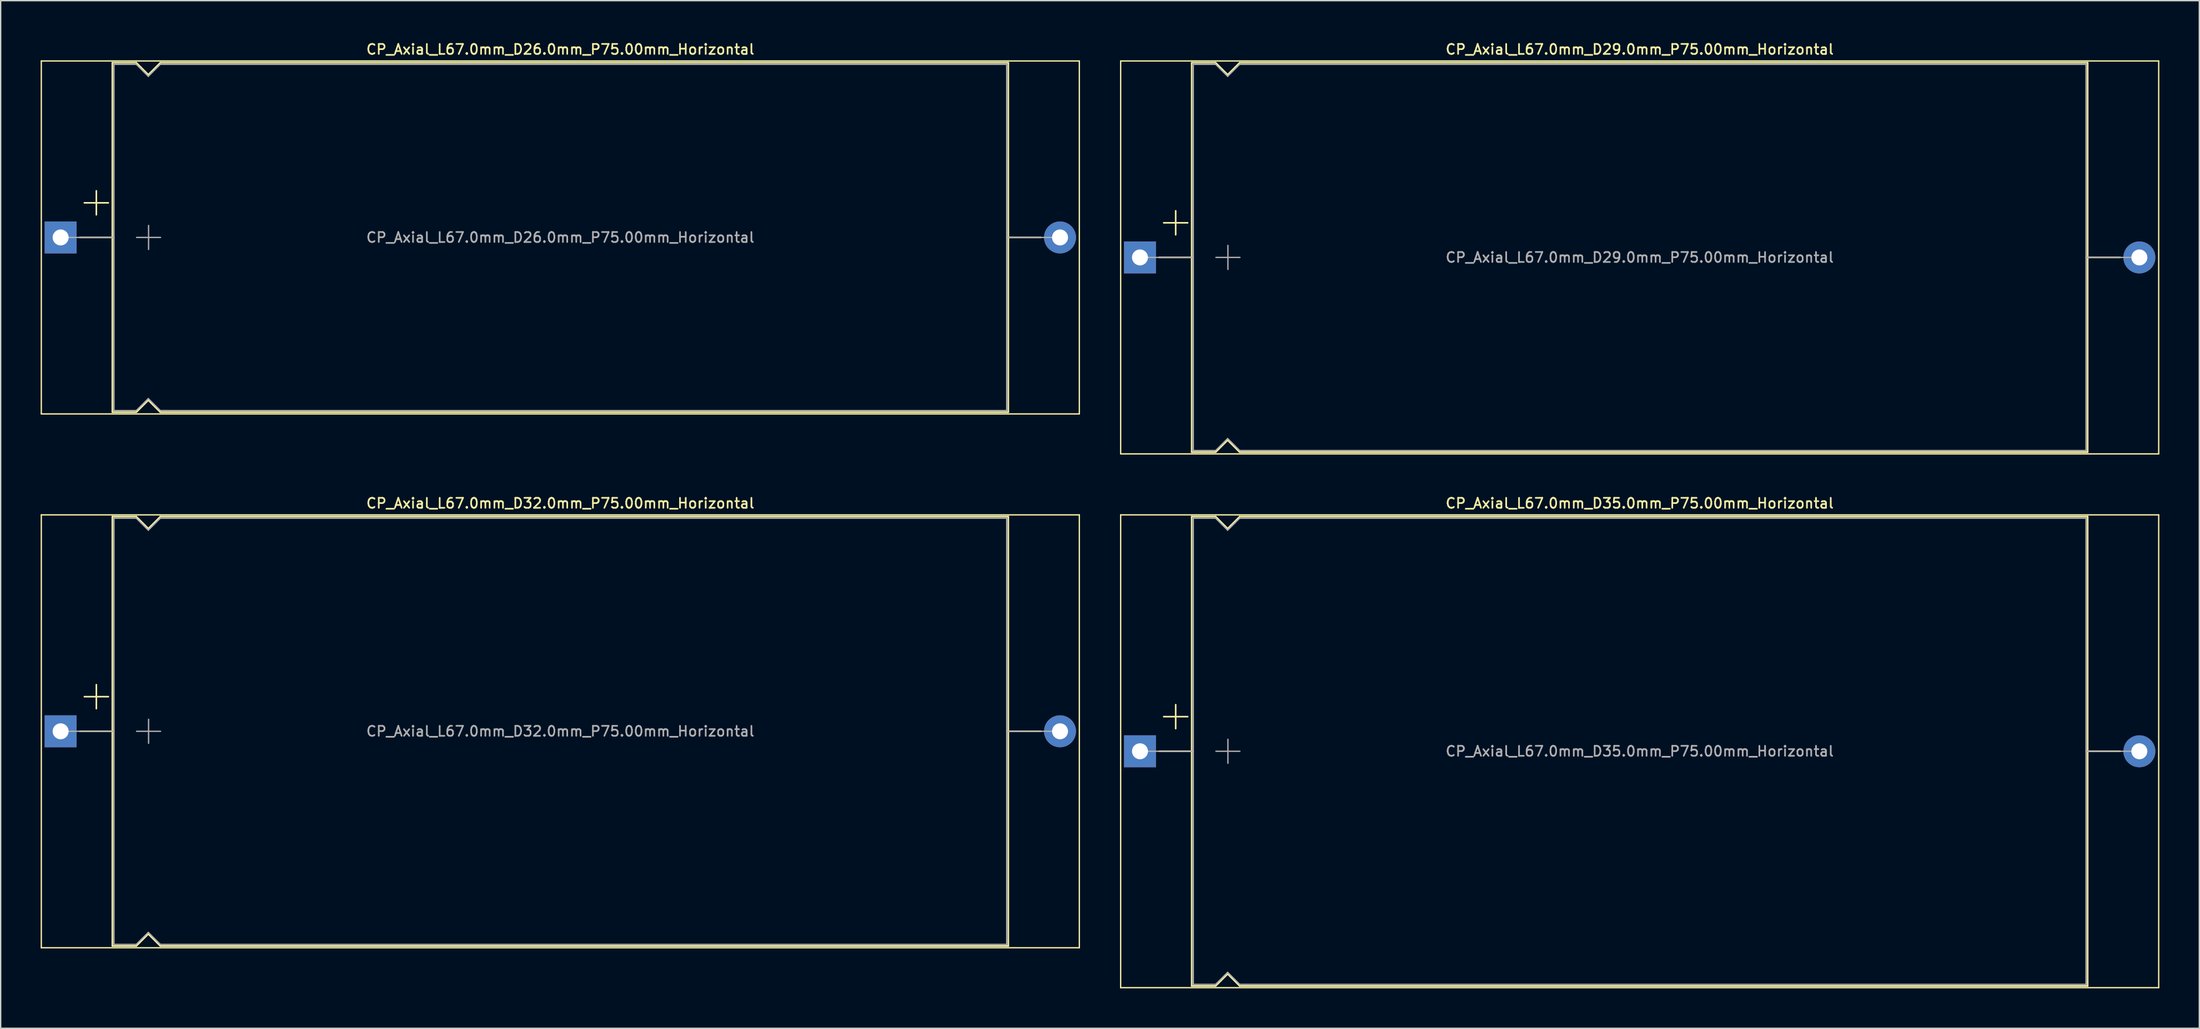
<source format=kicad_pcb>
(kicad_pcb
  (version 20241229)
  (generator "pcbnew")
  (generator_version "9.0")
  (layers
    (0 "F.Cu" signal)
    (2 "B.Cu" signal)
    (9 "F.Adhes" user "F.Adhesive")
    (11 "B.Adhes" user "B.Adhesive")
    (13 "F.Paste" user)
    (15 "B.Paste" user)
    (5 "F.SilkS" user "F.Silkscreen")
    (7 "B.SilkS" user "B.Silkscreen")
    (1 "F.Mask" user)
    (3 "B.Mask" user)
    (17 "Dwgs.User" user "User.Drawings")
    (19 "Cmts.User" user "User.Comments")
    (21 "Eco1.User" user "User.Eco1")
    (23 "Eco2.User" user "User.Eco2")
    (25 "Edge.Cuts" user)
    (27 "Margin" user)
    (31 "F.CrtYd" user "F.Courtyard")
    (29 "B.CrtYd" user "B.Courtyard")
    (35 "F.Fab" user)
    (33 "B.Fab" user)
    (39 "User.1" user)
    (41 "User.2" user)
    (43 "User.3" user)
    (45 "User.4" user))
  (footprint "CP_Axial_L67.0mm_D32.0mm_P75.00mm_Horizontal"
    (layer "F.Cu")
    (at 1.5 51.856)
    (property "Reference" "CP_Axial_L67.0mm_D32.0mm_P75.00mm_Horizontal" (at 37.5 -17.12 0) (layer "F.SilkS") (effects (font (size 0.75 0.75) (thickness 0.125))))
    (attr through_hole)
    (fp_line (start -1.45 -16.25) (end -1.45 16.25) (stroke (width 0.1) (type solid)) (layer "F.SilkS"))
    (fp_line (start -1.45 16.25) (end 76.45 16.25) (stroke (width 0.1) (type solid)) (layer "F.SilkS"))
    (fp_line (start 1.44 0) (end 3.88 0) (stroke (width 0.12) (type solid)) (layer "F.SilkS"))
    (fp_line (start 1.78 -2.6) (end 3.58 -2.6) (stroke (width 0.12) (type solid)) (layer "F.SilkS"))
    (fp_line (start 2.68 -3.5) (end 2.68 -1.7) (stroke (width 0.12) (type solid)) (layer "F.SilkS"))
    (fp_line (start 3.88 -16.12) (end 3.88 16.12) (stroke (width 0.12) (type solid)) (layer "F.SilkS"))
    (fp_line (start 3.88 -16.12) (end 5.68 -16.12) (stroke (width 0.12) (type solid)) (layer "F.SilkS"))
    (fp_line (start 3.88 16.12) (end 5.68 16.12) (stroke (width 0.12) (type solid)) (layer "F.SilkS"))
    (fp_line (start 5.68 -16.12) (end 6.58 -15.22) (stroke (width 0.12) (type solid)) (layer "F.SilkS"))
    (fp_line (start 5.68 16.12) (end 6.58 15.22) (stroke (width 0.12) (type solid)) (layer "F.SilkS"))
    (fp_line (start 6.58 -15.22) (end 7.48 -16.12) (stroke (width 0.12) (type solid)) (layer "F.SilkS"))
    (fp_line (start 6.58 15.22) (end 7.48 16.12) (stroke (width 0.12) (type solid)) (layer "F.SilkS"))
    (fp_line (start 7.48 -16.12) (end 71.12 -16.12) (stroke (width 0.12) (type solid)) (layer "F.SilkS"))
    (fp_line (start 7.48 16.12) (end 71.12 16.12) (stroke (width 0.12) (type solid)) (layer "F.SilkS"))
    (fp_line (start 71.12 -16.12) (end 71.12 16.12) (stroke (width 0.12) (type solid)) (layer "F.SilkS"))
    (fp_line (start 73.56 0) (end 71.12 0) (stroke (width 0.12) (type solid)) (layer "F.SilkS"))
    (fp_line (start 76.45 -16.25) (end -1.45 -16.25) (stroke (width 0.1) (type solid)) (layer "F.SilkS"))
    (fp_line (start 76.45 16.25) (end 76.45 -16.25) (stroke (width 0.1) (type solid)) (layer "F.SilkS"))
    (fp_line (start 0 0) (end 4 0) (stroke (width 0.1) (type solid)) (layer "F.Fab"))
    (fp_line (start 4 -16) (end 4 16) (stroke (width 0.1) (type solid)) (layer "F.Fab"))
    (fp_line (start 4 -16) (end 5.68 -16) (stroke (width 0.1) (type solid)) (layer "F.Fab"))
    (fp_line (start 4 16) (end 5.68 16) (stroke (width 0.1) (type solid)) (layer "F.Fab"))
    (fp_line (start 5.68 -16) (end 6.58 -15.1) (stroke (width 0.1) (type solid)) (layer "F.Fab"))
    (fp_line (start 5.68 16) (end 6.58 15.1) (stroke (width 0.1) (type solid)) (layer "F.Fab"))
    (fp_line (start 5.7 0) (end 7.5 0) (stroke (width 0.1) (type solid)) (layer "F.Fab"))
    (fp_line (start 6.58 -15.1) (end 7.48 -16) (stroke (width 0.1) (type solid)) (layer "F.Fab"))
    (fp_line (start 6.58 15.1) (end 7.48 16) (stroke (width 0.1) (type solid)) (layer "F.Fab"))
    (fp_line (start 6.6 -0.9) (end 6.6 0.9) (stroke (width 0.1) (type solid)) (layer "F.Fab"))
    (fp_line (start 7.48 -16) (end 71 -16) (stroke (width 0.1) (type solid)) (layer "F.Fab"))
    (fp_line (start 7.48 16) (end 71 16) (stroke (width 0.1) (type solid)) (layer "F.Fab"))
    (fp_line (start 71 -16) (end 71 16) (stroke (width 0.1) (type solid)) (layer "F.Fab"))
    (fp_line (start 75 0) (end 71 0) (stroke (width 0.1) (type solid)) (layer "F.Fab"))
    (fp_text user "${REFERENCE}" (at 37.5 0 0) (layer "F.Fab") (effects (font (size 0.75 0.75) (thickness 0.125))))
    (pad "1" thru_hole rect (at 0 0) (size 2.4 2.4) (drill 1.2) (layers "*.Cu" "*.Mask"))
    (pad "2" thru_hole oval (at 75 0) (size 2.4 2.4) (drill 1.2) (layers "*.Cu" "*.Mask")))
  (footprint "CP_Axial_L67.0mm_D26.0mm_P75.00mm_Horizontal"
    (layer "F.Cu")
    (at 1.5 14.778)
    (property "Reference" "CP_Axial_L67.0mm_D26.0mm_P75.00mm_Horizontal" (at 37.5 -14.12 0) (layer "F.SilkS") (effects (font (size 0.75 0.75) (thickness 0.125))))
    (attr through_hole)
    (fp_line (start -1.45 -13.25) (end -1.45 13.25) (stroke (width 0.1) (type solid)) (layer "F.SilkS"))
    (fp_line (start -1.45 13.25) (end 76.45 13.25) (stroke (width 0.1) (type solid)) (layer "F.SilkS"))
    (fp_line (start 1.44 0) (end 3.88 0) (stroke (width 0.12) (type solid)) (layer "F.SilkS"))
    (fp_line (start 1.78 -2.6) (end 3.58 -2.6) (stroke (width 0.12) (type solid)) (layer "F.SilkS"))
    (fp_line (start 2.68 -3.5) (end 2.68 -1.7) (stroke (width 0.12) (type solid)) (layer "F.SilkS"))
    (fp_line (start 3.88 -13.12) (end 3.88 13.12) (stroke (width 0.12) (type solid)) (layer "F.SilkS"))
    (fp_line (start 3.88 -13.12) (end 5.68 -13.12) (stroke (width 0.12) (type solid)) (layer "F.SilkS"))
    (fp_line (start 3.88 13.12) (end 5.68 13.12) (stroke (width 0.12) (type solid)) (layer "F.SilkS"))
    (fp_line (start 5.68 -13.12) (end 6.58 -12.22) (stroke (width 0.12) (type solid)) (layer "F.SilkS"))
    (fp_line (start 5.68 13.12) (end 6.58 12.22) (stroke (width 0.12) (type solid)) (layer "F.SilkS"))
    (fp_line (start 6.58 -12.22) (end 7.48 -13.12) (stroke (width 0.12) (type solid)) (layer "F.SilkS"))
    (fp_line (start 6.58 12.22) (end 7.48 13.12) (stroke (width 0.12) (type solid)) (layer "F.SilkS"))
    (fp_line (start 7.48 -13.12) (end 71.12 -13.12) (stroke (width 0.12) (type solid)) (layer "F.SilkS"))
    (fp_line (start 7.48 13.12) (end 71.12 13.12) (stroke (width 0.12) (type solid)) (layer "F.SilkS"))
    (fp_line (start 71.12 -13.12) (end 71.12 13.12) (stroke (width 0.12) (type solid)) (layer "F.SilkS"))
    (fp_line (start 73.56 0) (end 71.12 0) (stroke (width 0.12) (type solid)) (layer "F.SilkS"))
    (fp_line (start 76.45 -13.25) (end -1.45 -13.25) (stroke (width 0.1) (type solid)) (layer "F.SilkS"))
    (fp_line (start 76.45 13.25) (end 76.45 -13.25) (stroke (width 0.1) (type solid)) (layer "F.SilkS"))
    (fp_line (start 0 0) (end 4 0) (stroke (width 0.1) (type solid)) (layer "F.Fab"))
    (fp_line (start 4 -13) (end 4 13) (stroke (width 0.1) (type solid)) (layer "F.Fab"))
    (fp_line (start 4 -13) (end 5.68 -13) (stroke (width 0.1) (type solid)) (layer "F.Fab"))
    (fp_line (start 4 13) (end 5.68 13) (stroke (width 0.1) (type solid)) (layer "F.Fab"))
    (fp_line (start 5.68 -13) (end 6.58 -12.1) (stroke (width 0.1) (type solid)) (layer "F.Fab"))
    (fp_line (start 5.68 13) (end 6.58 12.1) (stroke (width 0.1) (type solid)) (layer "F.Fab"))
    (fp_line (start 5.7 0) (end 7.5 0) (stroke (width 0.1) (type solid)) (layer "F.Fab"))
    (fp_line (start 6.58 -12.1) (end 7.48 -13) (stroke (width 0.1) (type solid)) (layer "F.Fab"))
    (fp_line (start 6.58 12.1) (end 7.48 13) (stroke (width 0.1) (type solid)) (layer "F.Fab"))
    (fp_line (start 6.6 -0.9) (end 6.6 0.9) (stroke (width 0.1) (type solid)) (layer "F.Fab"))
    (fp_line (start 7.48 -13) (end 71 -13) (stroke (width 0.1) (type solid)) (layer "F.Fab"))
    (fp_line (start 7.48 13) (end 71 13) (stroke (width 0.1) (type solid)) (layer "F.Fab"))
    (fp_line (start 71 -13) (end 71 13) (stroke (width 0.1) (type solid)) (layer "F.Fab"))
    (fp_line (start 75 0) (end 71 0) (stroke (width 0.1) (type solid)) (layer "F.Fab"))
    (fp_text user "${REFERENCE}" (at 37.5 0 0) (layer "F.Fab") (effects (font (size 0.75 0.75) (thickness 0.125))))
    (pad "1" thru_hole rect (at 0 0) (size 2.4 2.4) (drill 1.2) (layers "*.Cu" "*.Mask"))
    (pad "2" thru_hole oval (at 75 0) (size 2.4 2.4) (drill 1.2) (layers "*.Cu" "*.Mask")))
  (footprint "CP_Axial_L67.0mm_D29.0mm_P75.00mm_Horizontal"
    (layer "F.Cu")
    (at 82.5 16.278)
    (property "Reference" "CP_Axial_L67.0mm_D29.0mm_P75.00mm_Horizontal" (at 37.5 -15.62 0) (layer "F.SilkS") (effects (font (size 0.75 0.75) (thickness 0.125))))
    (attr through_hole)
    (fp_line (start -1.45 -14.75) (end -1.45 14.75) (stroke (width 0.1) (type solid)) (layer "F.SilkS"))
    (fp_line (start -1.45 14.75) (end 76.45 14.75) (stroke (width 0.1) (type solid)) (layer "F.SilkS"))
    (fp_line (start 1.44 0) (end 3.88 0) (stroke (width 0.12) (type solid)) (layer "F.SilkS"))
    (fp_line (start 1.78 -2.6) (end 3.58 -2.6) (stroke (width 0.12) (type solid)) (layer "F.SilkS"))
    (fp_line (start 2.68 -3.5) (end 2.68 -1.7) (stroke (width 0.12) (type solid)) (layer "F.SilkS"))
    (fp_line (start 3.88 -14.62) (end 3.88 14.62) (stroke (width 0.12) (type solid)) (layer "F.SilkS"))
    (fp_line (start 3.88 -14.62) (end 5.68 -14.62) (stroke (width 0.12) (type solid)) (layer "F.SilkS"))
    (fp_line (start 3.88 14.62) (end 5.68 14.62) (stroke (width 0.12) (type solid)) (layer "F.SilkS"))
    (fp_line (start 5.68 -14.62) (end 6.58 -13.72) (stroke (width 0.12) (type solid)) (layer "F.SilkS"))
    (fp_line (start 5.68 14.62) (end 6.58 13.72) (stroke (width 0.12) (type solid)) (layer "F.SilkS"))
    (fp_line (start 6.58 -13.72) (end 7.48 -14.62) (stroke (width 0.12) (type solid)) (layer "F.SilkS"))
    (fp_line (start 6.58 13.72) (end 7.48 14.62) (stroke (width 0.12) (type solid)) (layer "F.SilkS"))
    (fp_line (start 7.48 -14.62) (end 71.12 -14.62) (stroke (width 0.12) (type solid)) (layer "F.SilkS"))
    (fp_line (start 7.48 14.62) (end 71.12 14.62) (stroke (width 0.12) (type solid)) (layer "F.SilkS"))
    (fp_line (start 71.12 -14.62) (end 71.12 14.62) (stroke (width 0.12) (type solid)) (layer "F.SilkS"))
    (fp_line (start 73.56 0) (end 71.12 0) (stroke (width 0.12) (type solid)) (layer "F.SilkS"))
    (fp_line (start 76.45 -14.75) (end -1.45 -14.75) (stroke (width 0.1) (type solid)) (layer "F.SilkS"))
    (fp_line (start 76.45 14.75) (end 76.45 -14.75) (stroke (width 0.1) (type solid)) (layer "F.SilkS"))
    (fp_line (start 0 0) (end 4 0) (stroke (width 0.1) (type solid)) (layer "F.Fab"))
    (fp_line (start 4 -14.5) (end 4 14.5) (stroke (width 0.1) (type solid)) (layer "F.Fab"))
    (fp_line (start 4 -14.5) (end 5.68 -14.5) (stroke (width 0.1) (type solid)) (layer "F.Fab"))
    (fp_line (start 4 14.5) (end 5.68 14.5) (stroke (width 0.1) (type solid)) (layer "F.Fab"))
    (fp_line (start 5.68 -14.5) (end 6.58 -13.6) (stroke (width 0.1) (type solid)) (layer "F.Fab"))
    (fp_line (start 5.68 14.5) (end 6.58 13.6) (stroke (width 0.1) (type solid)) (layer "F.Fab"))
    (fp_line (start 5.7 0) (end 7.5 0) (stroke (width 0.1) (type solid)) (layer "F.Fab"))
    (fp_line (start 6.58 -13.6) (end 7.48 -14.5) (stroke (width 0.1) (type solid)) (layer "F.Fab"))
    (fp_line (start 6.58 13.6) (end 7.48 14.5) (stroke (width 0.1) (type solid)) (layer "F.Fab"))
    (fp_line (start 6.6 -0.9) (end 6.6 0.9) (stroke (width 0.1) (type solid)) (layer "F.Fab"))
    (fp_line (start 7.48 -14.5) (end 71 -14.5) (stroke (width 0.1) (type solid)) (layer "F.Fab"))
    (fp_line (start 7.48 14.5) (end 71 14.5) (stroke (width 0.1) (type solid)) (layer "F.Fab"))
    (fp_line (start 71 -14.5) (end 71 14.5) (stroke (width 0.1) (type solid)) (layer "F.Fab"))
    (fp_line (start 75 0) (end 71 0) (stroke (width 0.1) (type solid)) (layer "F.Fab"))
    (fp_text user "${REFERENCE}" (at 37.5 0 0) (layer "F.Fab") (effects (font (size 0.75 0.75) (thickness 0.125))))
    (pad "1" thru_hole rect (at 0 0) (size 2.4 2.4) (drill 1.2) (layers "*.Cu" "*.Mask"))
    (pad "2" thru_hole oval (at 75 0) (size 2.4 2.4) (drill 1.2) (layers "*.Cu" "*.Mask")))
  (footprint "CP_Axial_L67.0mm_D35.0mm_P75.00mm_Horizontal"
    (layer "F.Cu")
    (at 82.5 53.356)
    (property "Reference" "CP_Axial_L67.0mm_D35.0mm_P75.00mm_Horizontal" (at 37.5 -18.62 0) (layer "F.SilkS") (effects (font (size 0.75 0.75) (thickness 0.125))))
    (attr through_hole)
    (fp_line (start -1.45 -17.75) (end -1.45 17.75) (stroke (width 0.1) (type solid)) (layer "F.SilkS"))
    (fp_line (start -1.45 17.75) (end 76.45 17.75) (stroke (width 0.1) (type solid)) (layer "F.SilkS"))
    (fp_line (start 1.44 0) (end 3.88 0) (stroke (width 0.12) (type solid)) (layer "F.SilkS"))
    (fp_line (start 1.78 -2.6) (end 3.58 -2.6) (stroke (width 0.12) (type solid)) (layer "F.SilkS"))
    (fp_line (start 2.68 -3.5) (end 2.68 -1.7) (stroke (width 0.12) (type solid)) (layer "F.SilkS"))
    (fp_line (start 3.88 -17.62) (end 3.88 17.62) (stroke (width 0.12) (type solid)) (layer "F.SilkS"))
    (fp_line (start 3.88 -17.62) (end 5.68 -17.62) (stroke (width 0.12) (type solid)) (layer "F.SilkS"))
    (fp_line (start 3.88 17.62) (end 5.68 17.62) (stroke (width 0.12) (type solid)) (layer "F.SilkS"))
    (fp_line (start 5.68 -17.62) (end 6.58 -16.72) (stroke (width 0.12) (type solid)) (layer "F.SilkS"))
    (fp_line (start 5.68 17.62) (end 6.58 16.72) (stroke (width 0.12) (type solid)) (layer "F.SilkS"))
    (fp_line (start 6.58 -16.72) (end 7.48 -17.62) (stroke (width 0.12) (type solid)) (layer "F.SilkS"))
    (fp_line (start 6.58 16.72) (end 7.48 17.62) (stroke (width 0.12) (type solid)) (layer "F.SilkS"))
    (fp_line (start 7.48 -17.62) (end 71.12 -17.62) (stroke (width 0.12) (type solid)) (layer "F.SilkS"))
    (fp_line (start 7.48 17.62) (end 71.12 17.62) (stroke (width 0.12) (type solid)) (layer "F.SilkS"))
    (fp_line (start 71.12 -17.62) (end 71.12 17.62) (stroke (width 0.12) (type solid)) (layer "F.SilkS"))
    (fp_line (start 73.56 0) (end 71.12 0) (stroke (width 0.12) (type solid)) (layer "F.SilkS"))
    (fp_line (start 76.45 -17.75) (end -1.45 -17.75) (stroke (width 0.1) (type solid)) (layer "F.SilkS"))
    (fp_line (start 76.45 17.75) (end 76.45 -17.75) (stroke (width 0.1) (type solid)) (layer "F.SilkS"))
    (fp_line (start 0 0) (end 4 0) (stroke (width 0.1) (type solid)) (layer "F.Fab"))
    (fp_line (start 4 -17.5) (end 4 17.5) (stroke (width 0.1) (type solid)) (layer "F.Fab"))
    (fp_line (start 4 -17.5) (end 5.68 -17.5) (stroke (width 0.1) (type solid)) (layer "F.Fab"))
    (fp_line (start 4 17.5) (end 5.68 17.5) (stroke (width 0.1) (type solid)) (layer "F.Fab"))
    (fp_line (start 5.68 -17.5) (end 6.58 -16.6) (stroke (width 0.1) (type solid)) (layer "F.Fab"))
    (fp_line (start 5.68 17.5) (end 6.58 16.6) (stroke (width 0.1) (type solid)) (layer "F.Fab"))
    (fp_line (start 5.7 0) (end 7.5 0) (stroke (width 0.1) (type solid)) (layer "F.Fab"))
    (fp_line (start 6.58 -16.6) (end 7.48 -17.5) (stroke (width 0.1) (type solid)) (layer "F.Fab"))
    (fp_line (start 6.58 16.6) (end 7.48 17.5) (stroke (width 0.1) (type solid)) (layer "F.Fab"))
    (fp_line (start 6.6 -0.9) (end 6.6 0.9) (stroke (width 0.1) (type solid)) (layer "F.Fab"))
    (fp_line (start 7.48 -17.5) (end 71 -17.5) (stroke (width 0.1) (type solid)) (layer "F.Fab"))
    (fp_line (start 7.48 17.5) (end 71 17.5) (stroke (width 0.1) (type solid)) (layer "F.Fab"))
    (fp_line (start 71 -17.5) (end 71 17.5) (stroke (width 0.1) (type solid)) (layer "F.Fab"))
    (fp_line (start 75 0) (end 71 0) (stroke (width 0.1) (type solid)) (layer "F.Fab"))
    (fp_text user "${REFERENCE}" (at 37.5 0 0) (layer "F.Fab") (effects (font (size 0.75 0.75) (thickness 0.125))))
    (pad "1" thru_hole rect (at 0 0) (size 2.4 2.4) (drill 1.2) (layers "*.Cu" "*.Mask"))
    (pad "2" thru_hole oval (at 75 0) (size 2.4 2.4) (drill 1.2) (layers "*.Cu" "*.Mask")))
  (gr_rect
    (start -3 -3)
    (end 162 74.156)
    (stroke (width 0.1) (type default))
    (fill no)
    (layer "Edge.Cuts")))
</source>
